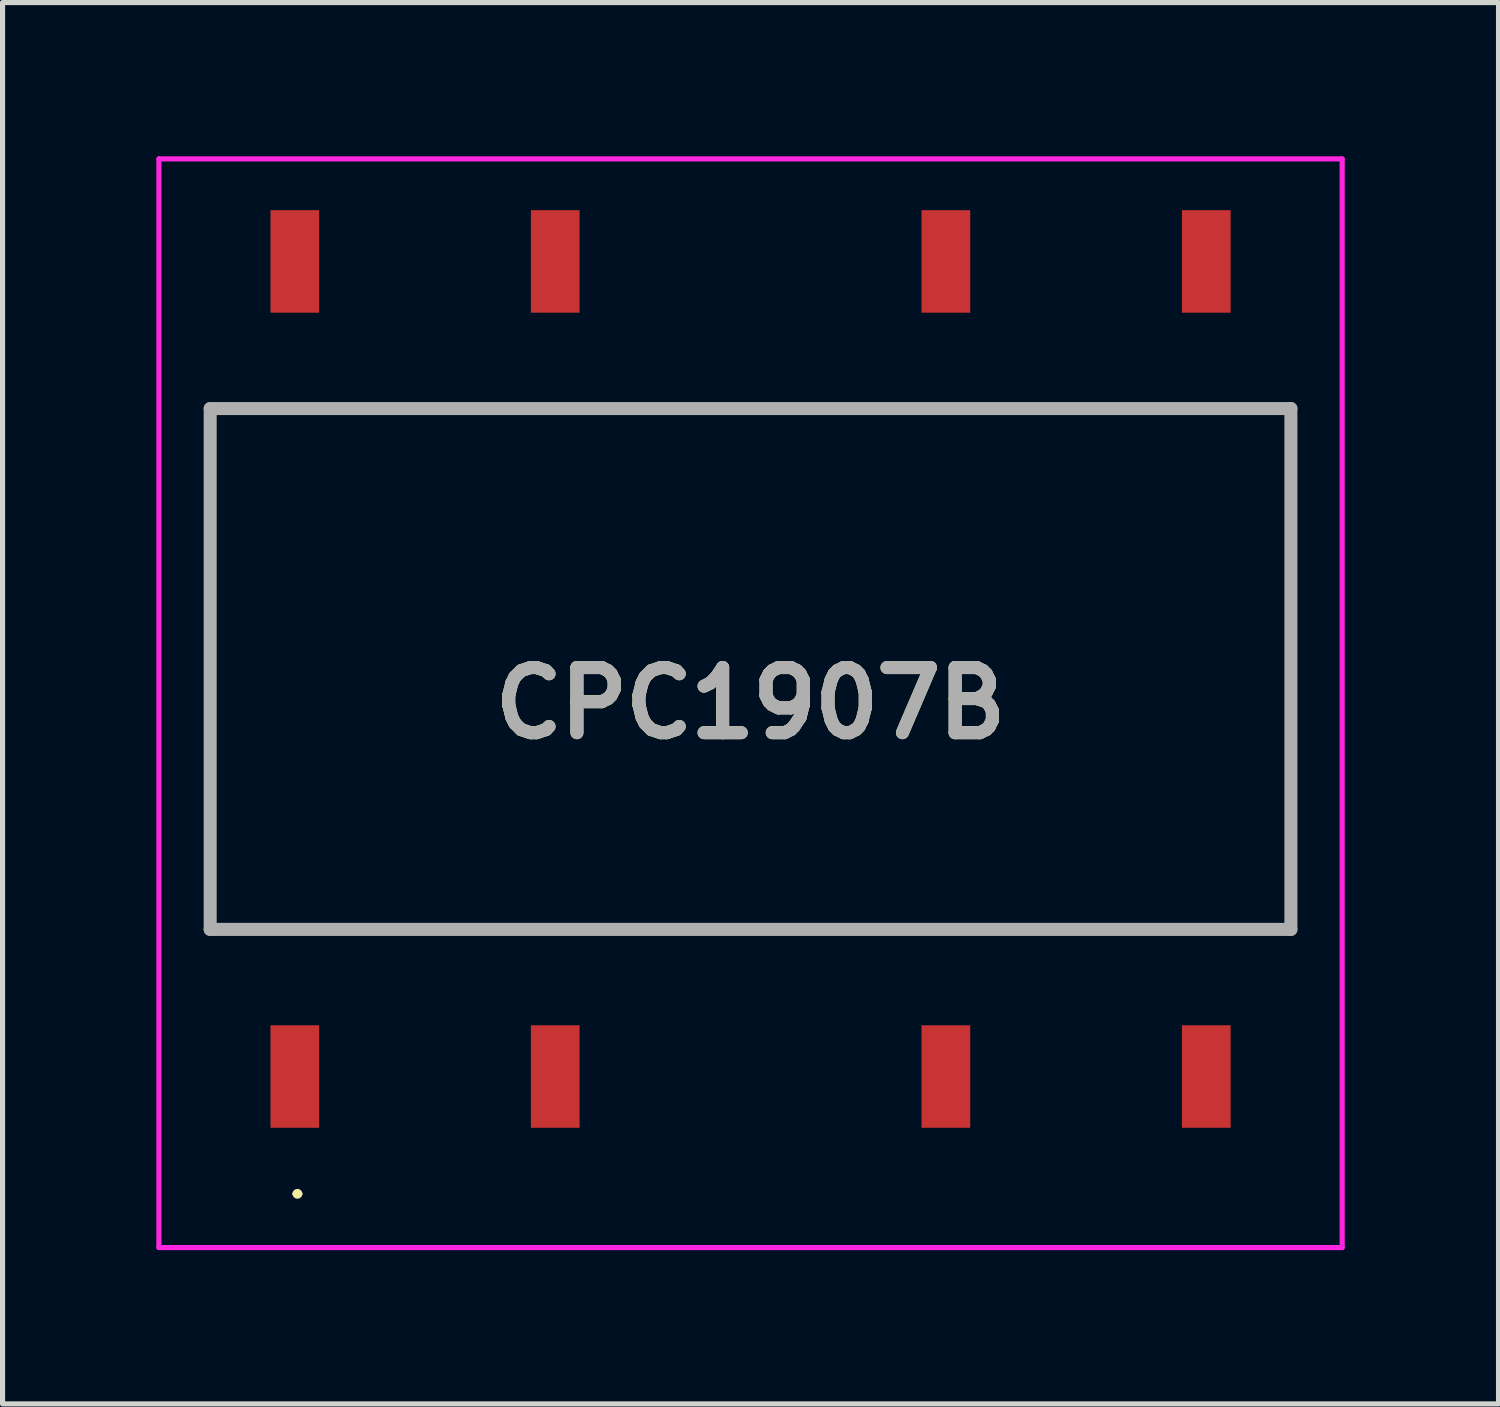
<source format=kicad_pcb>
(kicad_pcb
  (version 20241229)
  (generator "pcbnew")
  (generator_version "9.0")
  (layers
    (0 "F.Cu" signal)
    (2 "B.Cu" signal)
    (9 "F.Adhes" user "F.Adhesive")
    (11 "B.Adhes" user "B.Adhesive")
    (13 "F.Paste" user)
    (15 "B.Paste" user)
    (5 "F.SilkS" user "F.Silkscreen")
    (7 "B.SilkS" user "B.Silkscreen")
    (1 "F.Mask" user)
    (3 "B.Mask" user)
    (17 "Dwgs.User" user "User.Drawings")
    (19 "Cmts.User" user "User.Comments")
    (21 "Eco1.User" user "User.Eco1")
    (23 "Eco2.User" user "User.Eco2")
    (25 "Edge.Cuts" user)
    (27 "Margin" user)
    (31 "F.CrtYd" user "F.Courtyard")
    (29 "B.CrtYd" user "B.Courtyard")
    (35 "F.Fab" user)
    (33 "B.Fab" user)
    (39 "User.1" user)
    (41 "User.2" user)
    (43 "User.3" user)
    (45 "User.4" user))
  (footprint "CPC1907B"
    (layer "F.Cu")
    (at 11.591 10)
    (property "Reference" "CPC1907B" (at 0 0.668 0) (layer "F.SilkS") (effects (font (size 1.27 1.27) (thickness 0.254))))
    (attr smd)
    (fp_line (start -8.887 10.238) (end -8.887 10.238) (stroke (width 0.097) (type solid)) (layer "F.SilkS"))
    (fp_line (start -8.791 10.238) (end -8.791 10.238) (stroke (width 0.097) (type solid)) (layer "F.SilkS"))
    (fp_arc (start -8.887 10.238) (mid -8.839 10.19) (end -8.791 10.238) (stroke (width 0.097) (type solid)) (layer "F.SilkS"))
    (fp_arc (start -8.791 10.238) (mid -8.839 10.286) (end -8.887 10.238) (stroke (width 0.097) (type solid)) (layer "F.SilkS"))
    (fp_line (start -11.541 -9.95) (end 11.541 -9.95) (stroke (width 0.1) (type solid)) (layer "F.CrtYd"))
    (fp_line (start -11.541 11.286) (end -11.541 -9.95) (stroke (width 0.1) (type solid)) (layer "F.CrtYd"))
    (fp_line (start 11.541 -9.95) (end 11.541 11.286) (stroke (width 0.1) (type solid)) (layer "F.CrtYd"))
    (fp_line (start 11.541 11.286) (end -11.541 11.286) (stroke (width 0.1) (type solid)) (layer "F.CrtYd"))
    (fp_line (start -10.541 -5.08) (end 10.541 -5.08) (stroke (width 0.254) (type solid)) (layer "F.Fab"))
    (fp_line (start -10.541 5.08) (end -10.541 -5.08) (stroke (width 0.254) (type solid)) (layer "F.Fab"))
    (fp_line (start 10.541 -5.08) (end 10.541 5.08) (stroke (width 0.254) (type solid)) (layer "F.Fab"))
    (fp_line (start 10.541 5.08) (end -10.541 5.08) (stroke (width 0.254) (type solid)) (layer "F.Fab"))
    (fp_text user "${REFERENCE}" (at 0 0.668 0) (layer "F.Fab") (effects (font (size 1.27 1.27) (thickness 0.254))))
    (pad "1" smd rect (at -8.89 7.95) (size 0.95 2) (layers "F.Cu" "F.Mask" "F.Paste"))
    (pad "2" smd rect (at -3.81 7.95) (size 0.95 2) (layers "F.Cu" "F.Mask" "F.Paste"))
    (pad "3" smd rect (at 3.81 7.95) (size 0.95 2) (layers "F.Cu" "F.Mask" "F.Paste"))
    (pad "4" smd rect (at 8.89 7.95) (size 0.95 2) (layers "F.Cu" "F.Mask" "F.Paste"))
    (pad "5" smd rect (at 8.89 -7.95) (size 0.95 2) (layers "F.Cu" "F.Mask" "F.Paste"))
    (pad "6" smd rect (at 3.81 -7.95) (size 0.95 2) (layers "F.Cu" "F.Mask" "F.Paste"))
    (pad "7" smd rect (at -3.81 -7.95) (size 0.95 2) (layers "F.Cu" "F.Mask" "F.Paste"))
    (pad "8" smd rect (at -8.89 -7.95) (size 0.95 2) (layers "F.Cu" "F.Mask" "F.Paste")))
  (gr_rect
    (start -3 -3)
    (end 26.182 24.336)
    (stroke (width 0.1) (type default))
    (fill no)
    (layer "Edge.Cuts")))
</source>
